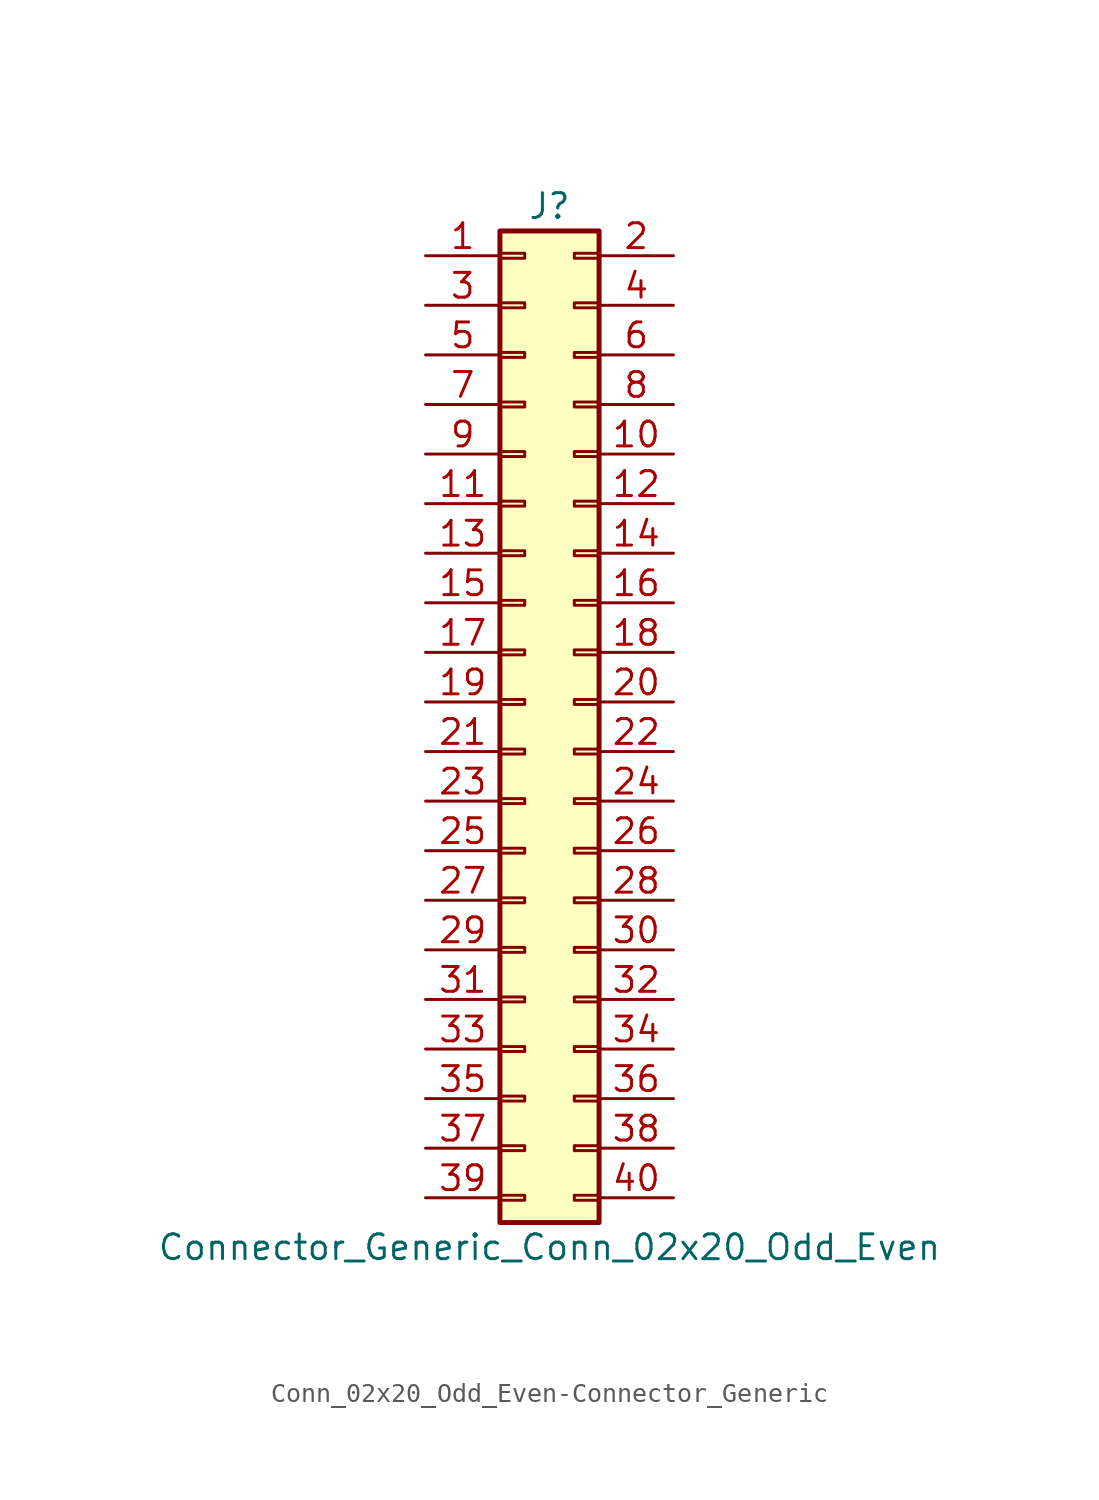
<source format=kicad_sym>
(kicad_symbol_lib
  (version 20220914)
  (generator kicad_symbol_editor)
  (symbol "Conn_02x20_Odd_Even-Connector_Generic"
    (pin_names
      (offset 1.016) hide)
    (property "Reference" "J"
      (at 1.27 25.4 0)
      (effects (font (size 1.27 1.27))))
    (property "Value" "Connector_Generic_Conn_02x20_Odd_Even"
      (at 1.27 -27.94 0)
      (effects (font (size 1.27 1.27))))
    (symbol "Conn_02x20_Odd_Even-Connector_Generic_1_1"
      (rectangle (start -1.27 -25.273) (end 0 -25.527) (stroke (width 0.152) (type solid)) (fill (type none)))
      (rectangle (start -1.27 -22.733) (end 0 -22.987) (stroke (width 0.152) (type solid)) (fill (type none)))
      (rectangle (start -1.27 -20.193) (end 0 -20.447) (stroke (width 0.152) (type solid)) (fill (type none)))
      (rectangle (start -1.27 -17.653) (end 0 -17.907) (stroke (width 0.152) (type solid)) (fill (type none)))
      (rectangle (start -1.27 -15.113) (end 0 -15.367) (stroke (width 0.152) (type solid)) (fill (type none)))
      (rectangle (start -1.27 -12.573) (end 0 -12.827) (stroke (width 0.152) (type solid)) (fill (type none)))
      (rectangle (start -1.27 -10.033) (end 0 -10.287) (stroke (width 0.152) (type solid)) (fill (type none)))
      (rectangle (start -1.27 -7.493) (end 0 -7.747) (stroke (width 0.152) (type solid)) (fill (type none)))
      (rectangle (start -1.27 -4.953) (end 0 -5.207) (stroke (width 0.152) (type solid)) (fill (type none)))
      (rectangle (start -1.27 -2.413) (end 0 -2.667) (stroke (width 0.152) (type solid)) (fill (type none)))
      (rectangle (start -1.27 0.127) (end 0 -0.127) (stroke (width 0.152) (type solid)) (fill (type none)))
      (rectangle (start -1.27 2.667) (end 0 2.413) (stroke (width 0.152) (type solid)) (fill (type none)))
      (rectangle (start -1.27 5.207) (end 0 4.953) (stroke (width 0.152) (type solid)) (fill (type none)))
      (rectangle (start -1.27 7.747) (end 0 7.493) (stroke (width 0.152) (type solid)) (fill (type none)))
      (rectangle (start -1.27 10.287) (end 0 10.033) (stroke (width 0.152) (type solid)) (fill (type none)))
      (rectangle (start -1.27 12.827) (end 0 12.573) (stroke (width 0.152) (type solid)) (fill (type none)))
      (rectangle (start -1.27 15.367) (end 0 15.113) (stroke (width 0.152) (type solid)) (fill (type none)))
      (rectangle (start -1.27 17.907) (end 0 17.653) (stroke (width 0.152) (type solid)) (fill (type none)))
      (rectangle (start -1.27 20.447) (end 0 20.193) (stroke (width 0.152) (type solid)) (fill (type none)))
      (rectangle (start -1.27 22.987) (end 0 22.733) (stroke (width 0.152) (type solid)) (fill (type none)))
      (rectangle (start -1.27 24.13) (end 3.81 -26.67) (stroke (width 0.254) (type solid)) (fill (type background)))
      (rectangle (start 3.81 -25.273) (end 2.54 -25.527) (stroke (width 0.152) (type solid)) (fill (type none)))
      (rectangle (start 3.81 -22.733) (end 2.54 -22.987) (stroke (width 0.152) (type solid)) (fill (type none)))
      (rectangle (start 3.81 -20.193) (end 2.54 -20.447) (stroke (width 0.152) (type solid)) (fill (type none)))
      (rectangle (start 3.81 -17.653) (end 2.54 -17.907) (stroke (width 0.152) (type solid)) (fill (type none)))
      (rectangle (start 3.81 -15.113) (end 2.54 -15.367) (stroke (width 0.152) (type solid)) (fill (type none)))
      (rectangle (start 3.81 -12.573) (end 2.54 -12.827) (stroke (width 0.152) (type solid)) (fill (type none)))
      (rectangle (start 3.81 -10.033) (end 2.54 -10.287) (stroke (width 0.152) (type solid)) (fill (type none)))
      (rectangle (start 3.81 -7.493) (end 2.54 -7.747) (stroke (width 0.152) (type solid)) (fill (type none)))
      (rectangle (start 3.81 -4.953) (end 2.54 -5.207) (stroke (width 0.152) (type solid)) (fill (type none)))
      (rectangle (start 3.81 -2.413) (end 2.54 -2.667) (stroke (width 0.152) (type solid)) (fill (type none)))
      (rectangle (start 3.81 0.127) (end 2.54 -0.127) (stroke (width 0.152) (type solid)) (fill (type none)))
      (rectangle (start 3.81 2.667) (end 2.54 2.413) (stroke (width 0.152) (type solid)) (fill (type none)))
      (rectangle (start 3.81 5.207) (end 2.54 4.953) (stroke (width 0.152) (type solid)) (fill (type none)))
      (rectangle (start 3.81 7.747) (end 2.54 7.493) (stroke (width 0.152) (type solid)) (fill (type none)))
      (rectangle (start 3.81 10.287) (end 2.54 10.033) (stroke (width 0.152) (type solid)) (fill (type none)))
      (rectangle (start 3.81 12.827) (end 2.54 12.573) (stroke (width 0.152) (type solid)) (fill (type none)))
      (rectangle (start 3.81 15.367) (end 2.54 15.113) (stroke (width 0.152) (type solid)) (fill (type none)))
      (rectangle (start 3.81 17.907) (end 2.54 17.653) (stroke (width 0.152) (type solid)) (fill (type none)))
      (rectangle (start 3.81 20.447) (end 2.54 20.193) (stroke (width 0.152) (type solid)) (fill (type none)))
      (rectangle (start 3.81 22.987) (end 2.54 22.733) (stroke (width 0.152) (type solid)) (fill (type none)))
      (pin passive line (at -5.08 22.86 0) (length 3.81) (name "Pin_1" (effects (font (size 1.27 1.27)))) (number "1" (effects (font (size 1.27 1.27)))))
      (pin passive line (at 7.62 12.7 180) (length 3.81) (name "Pin_10" (effects (font (size 1.27 1.27)))) (number "10" (effects (font (size 1.27 1.27)))))
      (pin passive line (at -5.08 10.16 0) (length 3.81) (name "Pin_11" (effects (font (size 1.27 1.27)))) (number "11" (effects (font (size 1.27 1.27)))))
      (pin passive line (at 7.62 10.16 180) (length 3.81) (name "Pin_12" (effects (font (size 1.27 1.27)))) (number "12" (effects (font (size 1.27 1.27)))))
      (pin passive line (at -5.08 7.62 0) (length 3.81) (name "Pin_13" (effects (font (size 1.27 1.27)))) (number "13" (effects (font (size 1.27 1.27)))))
      (pin passive line (at 7.62 7.62 180) (length 3.81) (name "Pin_14" (effects (font (size 1.27 1.27)))) (number "14" (effects (font (size 1.27 1.27)))))
      (pin passive line (at -5.08 5.08 0) (length 3.81) (name "Pin_15" (effects (font (size 1.27 1.27)))) (number "15" (effects (font (size 1.27 1.27)))))
      (pin passive line (at 7.62 5.08 180) (length 3.81) (name "Pin_16" (effects (font (size 1.27 1.27)))) (number "16" (effects (font (size 1.27 1.27)))))
      (pin passive line (at -5.08 2.54 0) (length 3.81) (name "Pin_17" (effects (font (size 1.27 1.27)))) (number "17" (effects (font (size 1.27 1.27)))))
      (pin passive line (at 7.62 2.54 180) (length 3.81) (name "Pin_18" (effects (font (size 1.27 1.27)))) (number "18" (effects (font (size 1.27 1.27)))))
      (pin passive line (at -5.08 0 0) (length 3.81) (name "Pin_19" (effects (font (size 1.27 1.27)))) (number "19" (effects (font (size 1.27 1.27)))))
      (pin passive line (at 7.62 22.86 180) (length 3.81) (name "Pin_2" (effects (font (size 1.27 1.27)))) (number "2" (effects (font (size 1.27 1.27)))))
      (pin passive line (at 7.62 0 180) (length 3.81) (name "Pin_20" (effects (font (size 1.27 1.27)))) (number "20" (effects (font (size 1.27 1.27)))))
      (pin passive line (at -5.08 -2.54 0) (length 3.81) (name "Pin_21" (effects (font (size 1.27 1.27)))) (number "21" (effects (font (size 1.27 1.27)))))
      (pin passive line (at 7.62 -2.54 180) (length 3.81) (name "Pin_22" (effects (font (size 1.27 1.27)))) (number "22" (effects (font (size 1.27 1.27)))))
      (pin passive line (at -5.08 -5.08 0) (length 3.81) (name "Pin_23" (effects (font (size 1.27 1.27)))) (number "23" (effects (font (size 1.27 1.27)))))
      (pin passive line (at 7.62 -5.08 180) (length 3.81) (name "Pin_24" (effects (font (size 1.27 1.27)))) (number "24" (effects (font (size 1.27 1.27)))))
      (pin passive line (at -5.08 -7.62 0) (length 3.81) (name "Pin_25" (effects (font (size 1.27 1.27)))) (number "25" (effects (font (size 1.27 1.27)))))
      (pin passive line (at 7.62 -7.62 180) (length 3.81) (name "Pin_26" (effects (font (size 1.27 1.27)))) (number "26" (effects (font (size 1.27 1.27)))))
      (pin passive line (at -5.08 -10.16 0) (length 3.81) (name "Pin_27" (effects (font (size 1.27 1.27)))) (number "27" (effects (font (size 1.27 1.27)))))
      (pin passive line (at 7.62 -10.16 180) (length 3.81) (name "Pin_28" (effects (font (size 1.27 1.27)))) (number "28" (effects (font (size 1.27 1.27)))))
      (pin passive line (at -5.08 -12.7 0) (length 3.81) (name "Pin_29" (effects (font (size 1.27 1.27)))) (number "29" (effects (font (size 1.27 1.27)))))
      (pin passive line (at -5.08 20.32 0) (length 3.81) (name "Pin_3" (effects (font (size 1.27 1.27)))) (number "3" (effects (font (size 1.27 1.27)))))
      (pin passive line (at 7.62 -12.7 180) (length 3.81) (name "Pin_30" (effects (font (size 1.27 1.27)))) (number "30" (effects (font (size 1.27 1.27)))))
      (pin passive line (at -5.08 -15.24 0) (length 3.81) (name "Pin_31" (effects (font (size 1.27 1.27)))) (number "31" (effects (font (size 1.27 1.27)))))
      (pin passive line (at 7.62 -15.24 180) (length 3.81) (name "Pin_32" (effects (font (size 1.27 1.27)))) (number "32" (effects (font (size 1.27 1.27)))))
      (pin passive line (at -5.08 -17.78 0) (length 3.81) (name "Pin_33" (effects (font (size 1.27 1.27)))) (number "33" (effects (font (size 1.27 1.27)))))
      (pin passive line (at 7.62 -17.78 180) (length 3.81) (name "Pin_34" (effects (font (size 1.27 1.27)))) (number "34" (effects (font (size 1.27 1.27)))))
      (pin passive line (at -5.08 -20.32 0) (length 3.81) (name "Pin_35" (effects (font (size 1.27 1.27)))) (number "35" (effects (font (size 1.27 1.27)))))
      (pin passive line (at 7.62 -20.32 180) (length 3.81) (name "Pin_36" (effects (font (size 1.27 1.27)))) (number "36" (effects (font (size 1.27 1.27)))))
      (pin passive line (at -5.08 -22.86 0) (length 3.81) (name "Pin_37" (effects (font (size 1.27 1.27)))) (number "37" (effects (font (size 1.27 1.27)))))
      (pin passive line (at 7.62 -22.86 180) (length 3.81) (name "Pin_38" (effects (font (size 1.27 1.27)))) (number "38" (effects (font (size 1.27 1.27)))))
      (pin passive line (at -5.08 -25.4 0) (length 3.81) (name "Pin_39" (effects (font (size 1.27 1.27)))) (number "39" (effects (font (size 1.27 1.27)))))
      (pin passive line (at 7.62 20.32 180) (length 3.81) (name "Pin_4" (effects (font (size 1.27 1.27)))) (number "4" (effects (font (size 1.27 1.27)))))
      (pin passive line (at 7.62 -25.4 180) (length 3.81) (name "Pin_40" (effects (font (size 1.27 1.27)))) (number "40" (effects (font (size 1.27 1.27)))))
      (pin passive line (at -5.08 17.78 0) (length 3.81) (name "Pin_5" (effects (font (size 1.27 1.27)))) (number "5" (effects (font (size 1.27 1.27)))))
      (pin passive line (at 7.62 17.78 180) (length 3.81) (name "Pin_6" (effects (font (size 1.27 1.27)))) (number "6" (effects (font (size 1.27 1.27)))))
      (pin passive line (at -5.08 15.24 0) (length 3.81) (name "Pin_7" (effects (font (size 1.27 1.27)))) (number "7" (effects (font (size 1.27 1.27)))))
      (pin passive line (at 7.62 15.24 180) (length 3.81) (name "Pin_8" (effects (font (size 1.27 1.27)))) (number "8" (effects (font (size 1.27 1.27)))))
      (pin passive line (at -5.08 12.7 0) (length 3.81) (name "Pin_9" (effects (font (size 1.27 1.27)))) (number "9" (effects (font (size 1.27 1.27))))))))
</source>
